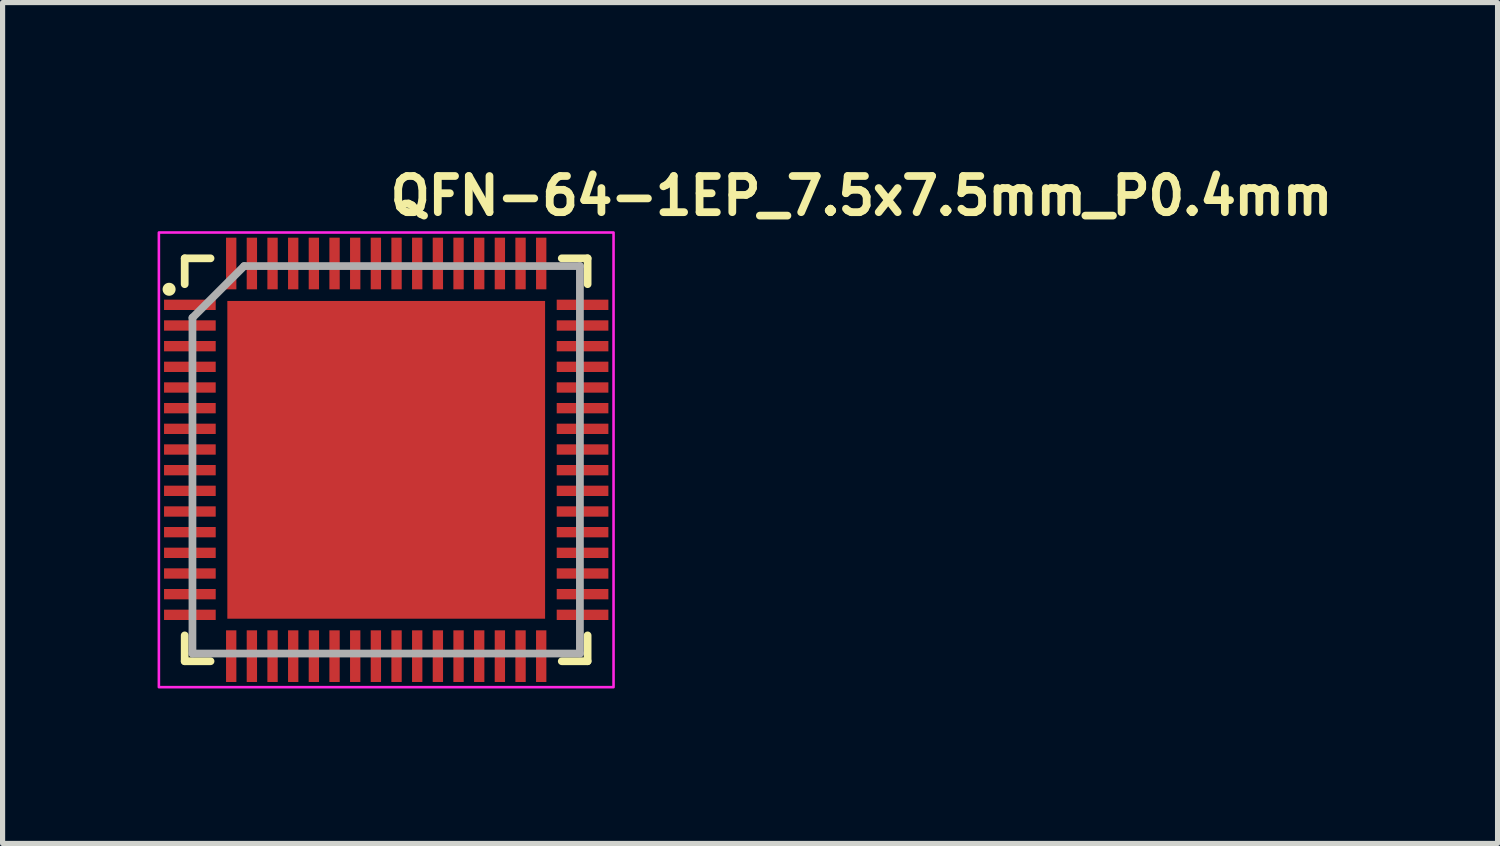
<source format=kicad_pcb>
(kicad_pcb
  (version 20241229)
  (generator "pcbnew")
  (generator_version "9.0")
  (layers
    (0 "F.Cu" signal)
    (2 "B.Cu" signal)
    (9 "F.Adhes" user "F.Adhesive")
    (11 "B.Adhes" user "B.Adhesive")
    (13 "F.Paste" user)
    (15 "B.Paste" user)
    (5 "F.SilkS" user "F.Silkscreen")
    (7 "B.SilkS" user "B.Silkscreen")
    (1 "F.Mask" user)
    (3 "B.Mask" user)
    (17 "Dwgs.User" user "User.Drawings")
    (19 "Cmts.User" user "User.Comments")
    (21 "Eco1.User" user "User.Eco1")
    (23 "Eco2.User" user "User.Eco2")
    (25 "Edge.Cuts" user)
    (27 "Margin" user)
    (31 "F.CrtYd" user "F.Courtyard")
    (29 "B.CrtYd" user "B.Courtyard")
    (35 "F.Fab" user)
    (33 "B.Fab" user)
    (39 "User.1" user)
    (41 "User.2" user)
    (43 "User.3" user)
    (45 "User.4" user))
  (footprint "QFN-64-1EP_7.5x7.5mm_P0.4mm"
    (layer "F.Cu")
    (at 4.425 5.85)
    (property "Reference" "QFN-64-1EP_7.5x7.5mm_P0.4mm" (at 0 -4.7 0) (layer "F.SilkS") (effects (font (size 0.7 0.7) (thickness 0.15)) (justify left bottom)))
    (attr smd)
    (fp_line (start -3.9 -3.9) (end -3.4 -3.9) (stroke (width 0.15) (type solid)) (layer "F.SilkS"))
    (fp_line (start -3.9 -3.4) (end -3.9 -3.9) (stroke (width 0.15) (type solid)) (layer "F.SilkS"))
    (fp_line (start -3.9 3.898) (end -3.9 3.398) (stroke (width 0.15) (type solid)) (layer "F.SilkS"))
    (fp_line (start -3.4 3.898) (end -3.9 3.898) (stroke (width 0.15) (type solid)) (layer "F.SilkS"))
    (fp_line (start 3.398 -3.9) (end 3.898 -3.9) (stroke (width 0.15) (type solid)) (layer "F.SilkS"))
    (fp_line (start 3.398 3.898) (end 3.898 3.898) (stroke (width 0.15) (type solid)) (layer "F.SilkS"))
    (fp_line (start 3.898 -3.9) (end 3.898 -3.4) (stroke (width 0.15) (type solid)) (layer "F.SilkS"))
    (fp_line (start 3.898 3.898) (end 3.898 3.398) (stroke (width 0.15) (type solid)) (layer "F.SilkS"))
    (fp_circle (center -4.202 -3.301) (end -4.151 -3.301) (stroke (width 0.15) (type solid)) (fill yes) (layer "F.SilkS"))
    (fp_poly (pts (xy -2.681 1.126) (xy -1.18 1.126) (xy -1.18 2.68) (xy -2.681 2.68)) (stroke (width 0.01) (type solid)) (fill yes) (layer "F.Paste"))
    (fp_poly (pts (xy -1.17 -1.131) (xy -2.67 -1.131) (xy -2.67 -2.681) (xy -1.17 -2.681)) (stroke (width 0.01) (type solid)) (fill yes) (layer "F.Paste"))
    (fp_poly (pts (xy -1.17 0.77) (xy -2.67 0.77) (xy -2.67 -0.784) (xy -1.17 -0.784)) (stroke (width 0.01) (type solid)) (fill yes) (layer "F.Paste"))
    (fp_poly (pts (xy -0.73 1.126) (xy 0.77 1.126) (xy 0.77 2.68) (xy -0.73 2.68)) (stroke (width 0.01) (type solid)) (fill yes) (layer "F.Paste"))
    (fp_poly (pts (xy 0.726 -1.131) (xy -0.774 -1.131) (xy -0.774 -2.681) (xy 0.726 -2.681)) (stroke (width 0.01) (type solid)) (fill yes) (layer "F.Paste"))
    (fp_poly (pts (xy 0.726 0.77) (xy -0.774 0.77) (xy -0.774 -0.784) (xy 0.726 -0.784)) (stroke (width 0.01) (type solid)) (fill yes) (layer "F.Paste"))
    (fp_poly (pts (xy 1.169 1.126) (xy 2.668 1.126) (xy 2.668 2.68) (xy 1.169 2.68)) (stroke (width 0.01) (type solid)) (fill yes) (layer "F.Paste"))
    (fp_poly (pts (xy 2.68 -1.131) (xy 1.179 -1.131) (xy 1.179 -2.681) (xy 2.68 -2.681)) (stroke (width 0.01) (type solid)) (fill yes) (layer "F.Paste"))
    (fp_poly (pts (xy 2.68 0.77) (xy 1.179 0.77) (xy 1.179 -0.784) (xy 2.68 -0.784)) (stroke (width 0.01) (type solid)) (fill yes) (layer "F.Paste"))
    (fp_rect (start -4.4 -4.4) (end 4.4 4.4) (stroke (width 0.05) (type solid)) (fill no) (layer "F.CrtYd"))
    (fp_line (start -3.75 -2.75) (end -3.75 3.749) (stroke (width 0.15) (type solid)) (layer "F.Fab"))
    (fp_line (start -3.75 3.749) (end 3.749 3.749) (stroke (width 0.15) (type solid)) (layer "F.Fab"))
    (fp_line (start -2.75 -3.75) (end -3.75 -2.75) (stroke (width 0.15) (type solid)) (layer "F.Fab"))
    (fp_line (start 3.749 -3.75) (end -2.75 -3.75) (stroke (width 0.15) (type solid)) (layer "F.Fab"))
    (fp_line (start 3.749 3.749) (end 3.749 -3.75) (stroke (width 0.15) (type solid)) (layer "F.Fab"))
    (fp_rect (start -4 -4) (end 3.999 3.999) (stroke (width 0.1) (type solid)) (fill no) (layer "User.5"))
    (fp_line (start -4 -4) (end -4 3.999) (stroke (width 0.02) (type solid)) (layer "User.9"))
    (fp_line (start -4 3.999) (end 3.999 3.999) (stroke (width 0.02) (type solid)) (layer "User.9"))
    (fp_line (start -3.758 -3.456) (end -3.758 -3.456) (stroke (width 0.02) (type solid)) (layer "User.9"))
    (fp_line (start -3.758 -3.456) (end -3.758 -3.456) (stroke (width 0.02) (type solid)) (layer "User.9"))
    (fp_line (start -3.758 -3.456) (end -3.757 -3.442) (stroke (width 0.02) (type solid)) (layer "User.9"))
    (fp_line (start -3.758 -3.456) (end -3.757 -3.442) (stroke (width 0.02) (type solid)) (layer "User.9"))
    (fp_line (start -3.757 -3.471) (end -3.758 -3.456) (stroke (width 0.02) (type solid)) (layer "User.9"))
    (fp_line (start -3.757 -3.471) (end -3.758 -3.456) (stroke (width 0.02) (type solid)) (layer "User.9"))
    (fp_line (start -3.757 -3.442) (end -3.755 -3.427) (stroke (width 0.02) (type solid)) (layer "User.9"))
    (fp_line (start -3.757 -3.442) (end -3.755 -3.427) (stroke (width 0.02) (type solid)) (layer "User.9"))
    (fp_line (start -3.755 -3.484) (end -3.757 -3.471) (stroke (width 0.02) (type solid)) (layer "User.9"))
    (fp_line (start -3.755 -3.484) (end -3.757 -3.471) (stroke (width 0.02) (type solid)) (layer "User.9"))
    (fp_line (start -3.755 -3.427) (end -3.754 -3.414) (stroke (width 0.02) (type solid)) (layer "User.9"))
    (fp_line (start -3.755 -3.427) (end -3.754 -3.414) (stroke (width 0.02) (type solid)) (layer "User.9"))
    (fp_line (start -3.754 -3.499) (end -3.755 -3.484) (stroke (width 0.02) (type solid)) (layer "User.9"))
    (fp_line (start -3.754 -3.499) (end -3.755 -3.484) (stroke (width 0.02) (type solid)) (layer "User.9"))
    (fp_line (start -3.754 -3.414) (end -3.751 -3.399) (stroke (width 0.02) (type solid)) (layer "User.9"))
    (fp_line (start -3.754 -3.414) (end -3.751 -3.399) (stroke (width 0.02) (type solid)) (layer "User.9"))
    (fp_line (start -3.751 -3.512) (end -3.754 -3.499) (stroke (width 0.02) (type solid)) (layer "User.9"))
    (fp_line (start -3.751 -3.512) (end -3.754 -3.499) (stroke (width 0.02) (type solid)) (layer "User.9"))
    (fp_line (start -3.751 -3.399) (end -3.749 -3.387) (stroke (width 0.02) (type solid)) (layer "User.9"))
    (fp_line (start -3.751 -3.399) (end -3.749 -3.387) (stroke (width 0.02) (type solid)) (layer "User.9"))
    (fp_line (start -3.749 -3.527) (end -3.751 -3.512) (stroke (width 0.02) (type solid)) (layer "User.9"))
    (fp_line (start -3.749 -3.527) (end -3.751 -3.512) (stroke (width 0.02) (type solid)) (layer "User.9"))
    (fp_line (start -3.749 -3.387) (end -3.745 -3.374) (stroke (width 0.02) (type solid)) (layer "User.9"))
    (fp_line (start -3.749 -3.387) (end -3.745 -3.374) (stroke (width 0.02) (type solid)) (layer "User.9"))
    (fp_line (start -3.745 -3.54) (end -3.749 -3.527) (stroke (width 0.02) (type solid)) (layer "User.9"))
    (fp_line (start -3.745 -3.54) (end -3.749 -3.527) (stroke (width 0.02) (type solid)) (layer "User.9"))
    (fp_line (start -3.745 -3.374) (end -3.741 -3.36) (stroke (width 0.02) (type solid)) (layer "User.9"))
    (fp_line (start -3.745 -3.374) (end -3.741 -3.36) (stroke (width 0.02) (type solid)) (layer "User.9"))
    (fp_line (start -3.741 -3.552) (end -3.745 -3.54) (stroke (width 0.02) (type solid)) (layer "User.9"))
    (fp_line (start -3.741 -3.552) (end -3.745 -3.54) (stroke (width 0.02) (type solid)) (layer "User.9"))
    (fp_line (start -3.741 -3.36) (end -3.735 -3.347) (stroke (width 0.02) (type solid)) (layer "User.9"))
    (fp_line (start -3.741 -3.36) (end -3.735 -3.347) (stroke (width 0.02) (type solid)) (layer "User.9"))
    (fp_line (start -3.735 -3.565) (end -3.741 -3.552) (stroke (width 0.02) (type solid)) (layer "User.9"))
    (fp_line (start -3.735 -3.565) (end -3.741 -3.552) (stroke (width 0.02) (type solid)) (layer "User.9"))
    (fp_line (start -3.735 -3.347) (end -3.73 -3.335) (stroke (width 0.02) (type solid)) (layer "User.9"))
    (fp_line (start -3.735 -3.347) (end -3.73 -3.335) (stroke (width 0.02) (type solid)) (layer "User.9"))
    (fp_line (start -3.73 -3.577) (end -3.735 -3.565) (stroke (width 0.02) (type solid)) (layer "User.9"))
    (fp_line (start -3.73 -3.577) (end -3.735 -3.565) (stroke (width 0.02) (type solid)) (layer "User.9"))
    (fp_line (start -3.73 -3.335) (end -3.723 -3.322) (stroke (width 0.02) (type solid)) (layer "User.9"))
    (fp_line (start -3.73 -3.335) (end -3.723 -3.322) (stroke (width 0.02) (type solid)) (layer "User.9"))
    (fp_line (start -3.723 -3.589) (end -3.73 -3.577) (stroke (width 0.02) (type solid)) (layer "User.9"))
    (fp_line (start -3.723 -3.589) (end -3.73 -3.577) (stroke (width 0.02) (type solid)) (layer "User.9"))
    (fp_line (start -3.723 -3.322) (end -3.717 -3.311) (stroke (width 0.02) (type solid)) (layer "User.9"))
    (fp_line (start -3.723 -3.322) (end -3.717 -3.311) (stroke (width 0.02) (type solid)) (layer "User.9"))
    (fp_line (start -3.717 -3.601) (end -3.723 -3.589) (stroke (width 0.02) (type solid)) (layer "User.9"))
    (fp_line (start -3.717 -3.601) (end -3.723 -3.589) (stroke (width 0.02) (type solid)) (layer "User.9"))
    (fp_line (start -3.717 -3.311) (end -3.709 -3.299) (stroke (width 0.02) (type solid)) (layer "User.9"))
    (fp_line (start -3.717 -3.311) (end -3.709 -3.299) (stroke (width 0.02) (type solid)) (layer "User.9"))
    (fp_line (start -3.709 -3.613) (end -3.717 -3.601) (stroke (width 0.02) (type solid)) (layer "User.9"))
    (fp_line (start -3.709 -3.613) (end -3.717 -3.601) (stroke (width 0.02) (type solid)) (layer "User.9"))
    (fp_line (start -3.709 -3.299) (end -3.701 -3.289) (stroke (width 0.02) (type solid)) (layer "User.9"))
    (fp_line (start -3.709 -3.299) (end -3.701 -3.289) (stroke (width 0.02) (type solid)) (layer "User.9"))
    (fp_line (start -3.701 -3.624) (end -3.709 -3.613) (stroke (width 0.02) (type solid)) (layer "User.9"))
    (fp_line (start -3.701 -3.624) (end -3.709 -3.613) (stroke (width 0.02) (type solid)) (layer "User.9"))
    (fp_line (start -3.701 -3.289) (end -3.693 -3.278) (stroke (width 0.02) (type solid)) (layer "User.9"))
    (fp_line (start -3.701 -3.289) (end -3.693 -3.278) (stroke (width 0.02) (type solid)) (layer "User.9"))
    (fp_line (start -3.693 -3.634) (end -3.701 -3.624) (stroke (width 0.02) (type solid)) (layer "User.9"))
    (fp_line (start -3.693 -3.634) (end -3.701 -3.624) (stroke (width 0.02) (type solid)) (layer "User.9"))
    (fp_line (start -3.693 -3.278) (end -3.685 -3.269) (stroke (width 0.02) (type solid)) (layer "User.9"))
    (fp_line (start -3.693 -3.278) (end -3.685 -3.269) (stroke (width 0.02) (type solid)) (layer "User.9"))
    (fp_line (start -3.685 -3.645) (end -3.693 -3.634) (stroke (width 0.02) (type solid)) (layer "User.9"))
    (fp_line (start -3.685 -3.645) (end -3.693 -3.634) (stroke (width 0.02) (type solid)) (layer "User.9"))
    (fp_line (start -3.685 -3.269) (end -3.676 -3.258) (stroke (width 0.02) (type solid)) (layer "User.9"))
    (fp_line (start -3.685 -3.269) (end -3.676 -3.258) (stroke (width 0.02) (type solid)) (layer "User.9"))
    (fp_line (start -3.676 -3.654) (end -3.685 -3.645) (stroke (width 0.02) (type solid)) (layer "User.9"))
    (fp_line (start -3.676 -3.654) (end -3.685 -3.645) (stroke (width 0.02) (type solid)) (layer "User.9"))
    (fp_line (start -3.676 -3.258) (end -3.665 -3.25) (stroke (width 0.02) (type solid)) (layer "User.9"))
    (fp_line (start -3.676 -3.258) (end -3.665 -3.25) (stroke (width 0.02) (type solid)) (layer "User.9"))
    (fp_line (start -3.665 -3.664) (end -3.676 -3.654) (stroke (width 0.02) (type solid)) (layer "User.9"))
    (fp_line (start -3.665 -3.664) (end -3.676 -3.654) (stroke (width 0.02) (type solid)) (layer "User.9"))
    (fp_line (start -3.665 -3.25) (end -3.656 -3.241) (stroke (width 0.02) (type solid)) (layer "User.9"))
    (fp_line (start -3.665 -3.25) (end -3.656 -3.241) (stroke (width 0.02) (type solid)) (layer "User.9"))
    (fp_line (start -3.656 -3.673) (end -3.665 -3.664) (stroke (width 0.02) (type solid)) (layer "User.9"))
    (fp_line (start -3.656 -3.673) (end -3.665 -3.664) (stroke (width 0.02) (type solid)) (layer "User.9"))
    (fp_line (start -3.656 -3.241) (end -3.645 -3.231) (stroke (width 0.02) (type solid)) (layer "User.9"))
    (fp_line (start -3.656 -3.241) (end -3.645 -3.231) (stroke (width 0.02) (type solid)) (layer "User.9"))
    (fp_line (start -3.645 -3.681) (end -3.656 -3.673) (stroke (width 0.02) (type solid)) (layer "User.9"))
    (fp_line (start -3.645 -3.681) (end -3.656 -3.673) (stroke (width 0.02) (type solid)) (layer "User.9"))
    (fp_line (start -3.645 -3.231) (end -3.634 -3.225) (stroke (width 0.02) (type solid)) (layer "User.9"))
    (fp_line (start -3.645 -3.231) (end -3.634 -3.225) (stroke (width 0.02) (type solid)) (layer "User.9"))
    (fp_line (start -3.634 -3.689) (end -3.645 -3.681) (stroke (width 0.02) (type solid)) (layer "User.9"))
    (fp_line (start -3.634 -3.689) (end -3.645 -3.681) (stroke (width 0.02) (type solid)) (layer "User.9"))
    (fp_line (start -3.634 -3.225) (end -3.622 -3.217) (stroke (width 0.02) (type solid)) (layer "User.9"))
    (fp_line (start -3.634 -3.225) (end -3.622 -3.217) (stroke (width 0.02) (type solid)) (layer "User.9"))
    (fp_line (start -3.622 -3.696) (end -3.634 -3.689) (stroke (width 0.02) (type solid)) (layer "User.9"))
    (fp_line (start -3.622 -3.696) (end -3.634 -3.689) (stroke (width 0.02) (type solid)) (layer "User.9"))
    (fp_line (start -3.622 -3.217) (end -3.612 -3.21) (stroke (width 0.02) (type solid)) (layer "User.9"))
    (fp_line (start -3.622 -3.217) (end -3.612 -3.21) (stroke (width 0.02) (type solid)) (layer "User.9"))
    (fp_line (start -3.612 -3.702) (end -3.622 -3.696) (stroke (width 0.02) (type solid)) (layer "User.9"))
    (fp_line (start -3.612 -3.702) (end -3.622 -3.696) (stroke (width 0.02) (type solid)) (layer "User.9"))
    (fp_line (start -3.612 -3.21) (end -3.598 -3.203) (stroke (width 0.02) (type solid)) (layer "User.9"))
    (fp_line (start -3.612 -3.21) (end -3.598 -3.203) (stroke (width 0.02) (type solid)) (layer "User.9"))
    (fp_line (start -3.598 -3.709) (end -3.612 -3.702) (stroke (width 0.02) (type solid)) (layer "User.9"))
    (fp_line (start -3.598 -3.709) (end -3.612 -3.702) (stroke (width 0.02) (type solid)) (layer "User.9"))
    (fp_line (start -3.598 -3.203) (end -3.586 -3.198) (stroke (width 0.02) (type solid)) (layer "User.9"))
    (fp_line (start -3.598 -3.203) (end -3.586 -3.198) (stroke (width 0.02) (type solid)) (layer "User.9"))
    (fp_line (start -3.586 -3.714) (end -3.598 -3.709) (stroke (width 0.02) (type solid)) (layer "User.9"))
    (fp_line (start -3.586 -3.714) (end -3.598 -3.709) (stroke (width 0.02) (type solid)) (layer "User.9"))
    (fp_line (start -3.586 -3.198) (end -3.573 -3.193) (stroke (width 0.02) (type solid)) (layer "User.9"))
    (fp_line (start -3.586 -3.198) (end -3.573 -3.193) (stroke (width 0.02) (type solid)) (layer "User.9"))
    (fp_line (start -3.573 -3.719) (end -3.586 -3.714) (stroke (width 0.02) (type solid)) (layer "User.9"))
    (fp_line (start -3.573 -3.719) (end -3.586 -3.714) (stroke (width 0.02) (type solid)) (layer "User.9"))
    (fp_line (start -3.573 -3.193) (end -3.56 -3.189) (stroke (width 0.02) (type solid)) (layer "User.9"))
    (fp_line (start -3.573 -3.193) (end -3.56 -3.189) (stroke (width 0.02) (type solid)) (layer "User.9"))
    (fp_line (start -3.56 -3.723) (end -3.573 -3.719) (stroke (width 0.02) (type solid)) (layer "User.9"))
    (fp_line (start -3.56 -3.723) (end -3.573 -3.719) (stroke (width 0.02) (type solid)) (layer "User.9"))
    (fp_line (start -3.56 -3.189) (end -3.548 -3.185) (stroke (width 0.02) (type solid)) (layer "User.9"))
    (fp_line (start -3.56 -3.189) (end -3.548 -3.185) (stroke (width 0.02) (type solid)) (layer "User.9"))
    (fp_line (start -3.548 -3.727) (end -3.56 -3.723) (stroke (width 0.02) (type solid)) (layer "User.9"))
    (fp_line (start -3.548 -3.727) (end -3.56 -3.723) (stroke (width 0.02) (type solid)) (layer "User.9"))
    (fp_line (start -3.548 -3.185) (end -3.535 -3.181) (stroke (width 0.02) (type solid)) (layer "User.9"))
    (fp_line (start -3.548 -3.185) (end -3.535 -3.181) (stroke (width 0.02) (type solid)) (layer "User.9"))
    (fp_line (start -3.535 -3.73) (end -3.548 -3.727) (stroke (width 0.02) (type solid)) (layer "User.9"))
    (fp_line (start -3.535 -3.73) (end -3.548 -3.727) (stroke (width 0.02) (type solid)) (layer "User.9"))
    (fp_line (start -3.535 -3.181) (end -3.52 -3.18) (stroke (width 0.02) (type solid)) (layer "User.9"))
    (fp_line (start -3.535 -3.181) (end -3.52 -3.18) (stroke (width 0.02) (type solid)) (layer "User.9"))
    (fp_line (start -3.52 -3.734) (end -3.535 -3.73) (stroke (width 0.02) (type solid)) (layer "User.9"))
    (fp_line (start -3.52 -3.734) (end -3.535 -3.73) (stroke (width 0.02) (type solid)) (layer "User.9"))
    (fp_line (start -3.52 -3.18) (end -3.507 -3.177) (stroke (width 0.02) (type solid)) (layer "User.9"))
    (fp_line (start -3.52 -3.18) (end -3.507 -3.177) (stroke (width 0.02) (type solid)) (layer "User.9"))
    (fp_line (start -3.507 -3.735) (end -3.52 -3.734) (stroke (width 0.02) (type solid)) (layer "User.9"))
    (fp_line (start -3.507 -3.735) (end -3.52 -3.734) (stroke (width 0.02) (type solid)) (layer "User.9"))
    (fp_line (start -3.507 -3.177) (end -3.492 -3.177) (stroke (width 0.02) (type solid)) (layer "User.9"))
    (fp_line (start -3.507 -3.177) (end -3.492 -3.177) (stroke (width 0.02) (type solid)) (layer "User.9"))
    (fp_line (start -3.492 -3.737) (end -3.507 -3.735) (stroke (width 0.02) (type solid)) (layer "User.9"))
    (fp_line (start -3.492 -3.737) (end -3.507 -3.735) (stroke (width 0.02) (type solid)) (layer "User.9"))
    (fp_line (start -3.492 -3.177) (end -3.477 -3.176) (stroke (width 0.02) (type solid)) (layer "User.9"))
    (fp_line (start -3.492 -3.177) (end -3.477 -3.176) (stroke (width 0.02) (type solid)) (layer "User.9"))
    (fp_line (start -3.477 -3.737) (end -3.492 -3.737) (stroke (width 0.02) (type solid)) (layer "User.9"))
    (fp_line (start -3.477 -3.737) (end -3.492 -3.737) (stroke (width 0.02) (type solid)) (layer "User.9"))
    (fp_line (start -3.477 -3.176) (end -3.464 -3.177) (stroke (width 0.02) (type solid)) (layer "User.9"))
    (fp_line (start -3.477 -3.176) (end -3.464 -3.177) (stroke (width 0.02) (type solid)) (layer "User.9"))
    (fp_line (start -3.464 -3.737) (end -3.477 -3.737) (stroke (width 0.02) (type solid)) (layer "User.9"))
    (fp_line (start -3.464 -3.737) (end -3.477 -3.737) (stroke (width 0.02) (type solid)) (layer "User.9"))
    (fp_line (start -3.464 -3.177) (end -3.45 -3.177) (stroke (width 0.02) (type solid)) (layer "User.9"))
    (fp_line (start -3.464 -3.177) (end -3.45 -3.177) (stroke (width 0.02) (type solid)) (layer "User.9"))
    (fp_line (start -3.45 -3.735) (end -3.464 -3.737) (stroke (width 0.02) (type solid)) (layer "User.9"))
    (fp_line (start -3.45 -3.735) (end -3.464 -3.737) (stroke (width 0.02) (type solid)) (layer "User.9"))
    (fp_line (start -3.45 -3.177) (end -3.435 -3.18) (stroke (width 0.02) (type solid)) (layer "User.9"))
    (fp_line (start -3.45 -3.177) (end -3.435 -3.18) (stroke (width 0.02) (type solid)) (layer "User.9"))
    (fp_line (start -3.435 -3.734) (end -3.45 -3.735) (stroke (width 0.02) (type solid)) (layer "User.9"))
    (fp_line (start -3.435 -3.734) (end -3.45 -3.735) (stroke (width 0.02) (type solid)) (layer "User.9"))
    (fp_line (start -3.435 -3.18) (end -3.422 -3.181) (stroke (width 0.02) (type solid)) (layer "User.9"))
    (fp_line (start -3.435 -3.18) (end -3.422 -3.181) (stroke (width 0.02) (type solid)) (layer "User.9"))
    (fp_line (start -3.422 -3.73) (end -3.435 -3.734) (stroke (width 0.02) (type solid)) (layer "User.9"))
    (fp_line (start -3.422 -3.73) (end -3.435 -3.734) (stroke (width 0.02) (type solid)) (layer "User.9"))
    (fp_line (start -3.422 -3.181) (end -3.407 -3.185) (stroke (width 0.02) (type solid)) (layer "User.9"))
    (fp_line (start -3.422 -3.181) (end -3.407 -3.185) (stroke (width 0.02) (type solid)) (layer "User.9"))
    (fp_line (start -3.407 -3.727) (end -3.422 -3.73) (stroke (width 0.02) (type solid)) (layer "User.9"))
    (fp_line (start -3.407 -3.727) (end -3.422 -3.73) (stroke (width 0.02) (type solid)) (layer "User.9"))
    (fp_line (start -3.407 -3.185) (end -3.395 -3.189) (stroke (width 0.02) (type solid)) (layer "User.9"))
    (fp_line (start -3.407 -3.185) (end -3.395 -3.189) (stroke (width 0.02) (type solid)) (layer "User.9"))
    (fp_line (start -3.395 -3.723) (end -3.407 -3.727) (stroke (width 0.02) (type solid)) (layer "User.9"))
    (fp_line (start -3.395 -3.723) (end -3.407 -3.727) (stroke (width 0.02) (type solid)) (layer "User.9"))
    (fp_line (start -3.395 -3.189) (end -3.382 -3.193) (stroke (width 0.02) (type solid)) (layer "User.9"))
    (fp_line (start -3.395 -3.189) (end -3.382 -3.193) (stroke (width 0.02) (type solid)) (layer "User.9"))
    (fp_line (start -3.382 -3.719) (end -3.395 -3.723) (stroke (width 0.02) (type solid)) (layer "User.9"))
    (fp_line (start -3.382 -3.719) (end -3.395 -3.723) (stroke (width 0.02) (type solid)) (layer "User.9"))
    (fp_line (start -3.382 -3.193) (end -3.368 -3.198) (stroke (width 0.02) (type solid)) (layer "User.9"))
    (fp_line (start -3.382 -3.193) (end -3.368 -3.198) (stroke (width 0.02) (type solid)) (layer "User.9"))
    (fp_line (start -3.368 -3.714) (end -3.382 -3.719) (stroke (width 0.02) (type solid)) (layer "User.9"))
    (fp_line (start -3.368 -3.714) (end -3.382 -3.719) (stroke (width 0.02) (type solid)) (layer "User.9"))
    (fp_line (start -3.368 -3.198) (end -3.356 -3.203) (stroke (width 0.02) (type solid)) (layer "User.9"))
    (fp_line (start -3.368 -3.198) (end -3.356 -3.203) (stroke (width 0.02) (type solid)) (layer "User.9"))
    (fp_line (start -3.356 -3.709) (end -3.368 -3.714) (stroke (width 0.02) (type solid)) (layer "User.9"))
    (fp_line (start -3.356 -3.709) (end -3.368 -3.714) (stroke (width 0.02) (type solid)) (layer "User.9"))
    (fp_line (start -3.356 -3.203) (end -3.344 -3.21) (stroke (width 0.02) (type solid)) (layer "User.9"))
    (fp_line (start -3.356 -3.203) (end -3.344 -3.21) (stroke (width 0.02) (type solid)) (layer "User.9"))
    (fp_line (start -3.344 -3.702) (end -3.356 -3.709) (stroke (width 0.02) (type solid)) (layer "User.9"))
    (fp_line (start -3.344 -3.702) (end -3.356 -3.709) (stroke (width 0.02) (type solid)) (layer "User.9"))
    (fp_line (start -3.344 -3.21) (end -3.332 -3.217) (stroke (width 0.02) (type solid)) (layer "User.9"))
    (fp_line (start -3.344 -3.21) (end -3.332 -3.217) (stroke (width 0.02) (type solid)) (layer "User.9"))
    (fp_line (start -3.332 -3.696) (end -3.344 -3.702) (stroke (width 0.02) (type solid)) (layer "User.9"))
    (fp_line (start -3.332 -3.696) (end -3.344 -3.702) (stroke (width 0.02) (type solid)) (layer "User.9"))
    (fp_line (start -3.332 -3.217) (end -3.322 -3.225) (stroke (width 0.02) (type solid)) (layer "User.9"))
    (fp_line (start -3.332 -3.217) (end -3.322 -3.225) (stroke (width 0.02) (type solid)) (layer "User.9"))
    (fp_line (start -3.322 -3.689) (end -3.332 -3.696) (stroke (width 0.02) (type solid)) (layer "User.9"))
    (fp_line (start -3.322 -3.689) (end -3.332 -3.696) (stroke (width 0.02) (type solid)) (layer "User.9"))
    (fp_line (start -3.322 -3.225) (end -3.31 -3.231) (stroke (width 0.02) (type solid)) (layer "User.9"))
    (fp_line (start -3.322 -3.225) (end -3.31 -3.231) (stroke (width 0.02) (type solid)) (layer "User.9"))
    (fp_line (start -3.31 -3.681) (end -3.322 -3.689) (stroke (width 0.02) (type solid)) (layer "User.9"))
    (fp_line (start -3.31 -3.681) (end -3.322 -3.689) (stroke (width 0.02) (type solid)) (layer "User.9"))
    (fp_line (start -3.31 -3.231) (end -3.299 -3.241) (stroke (width 0.02) (type solid)) (layer "User.9"))
    (fp_line (start -3.31 -3.231) (end -3.299 -3.241) (stroke (width 0.02) (type solid)) (layer "User.9"))
    (fp_line (start -3.299 -3.673) (end -3.31 -3.681) (stroke (width 0.02) (type solid)) (layer "User.9"))
    (fp_line (start -3.299 -3.673) (end -3.31 -3.681) (stroke (width 0.02) (type solid)) (layer "User.9"))
    (fp_line (start -3.299 -3.241) (end -3.29 -3.25) (stroke (width 0.02) (type solid)) (layer "User.9"))
    (fp_line (start -3.299 -3.241) (end -3.29 -3.25) (stroke (width 0.02) (type solid)) (layer "User.9"))
    (fp_line (start -3.29 -3.664) (end -3.299 -3.673) (stroke (width 0.02) (type solid)) (layer "User.9"))
    (fp_line (start -3.29 -3.664) (end -3.299 -3.673) (stroke (width 0.02) (type solid)) (layer "User.9"))
    (fp_line (start -3.29 -3.25) (end -3.279 -3.258) (stroke (width 0.02) (type solid)) (layer "User.9"))
    (fp_line (start -3.29 -3.25) (end -3.279 -3.258) (stroke (width 0.02) (type solid)) (layer "User.9"))
    (fp_line (start -3.279 -3.654) (end -3.29 -3.664) (stroke (width 0.02) (type solid)) (layer "User.9"))
    (fp_line (start -3.279 -3.654) (end -3.29 -3.664) (stroke (width 0.02) (type solid)) (layer "User.9"))
    (fp_line (start -3.279 -3.258) (end -3.27 -3.269) (stroke (width 0.02) (type solid)) (layer "User.9"))
    (fp_line (start -3.279 -3.258) (end -3.27 -3.269) (stroke (width 0.02) (type solid)) (layer "User.9"))
    (fp_line (start -3.27 -3.645) (end -3.279 -3.654) (stroke (width 0.02) (type solid)) (layer "User.9"))
    (fp_line (start -3.27 -3.645) (end -3.279 -3.654) (stroke (width 0.02) (type solid)) (layer "User.9"))
    (fp_line (start -3.27 -3.269) (end -3.262 -3.278) (stroke (width 0.02) (type solid)) (layer "User.9"))
    (fp_line (start -3.27 -3.269) (end -3.262 -3.278) (stroke (width 0.02) (type solid)) (layer "User.9"))
    (fp_line (start -3.262 -3.634) (end -3.27 -3.645) (stroke (width 0.02) (type solid)) (layer "User.9"))
    (fp_line (start -3.262 -3.634) (end -3.27 -3.645) (stroke (width 0.02) (type solid)) (layer "User.9"))
    (fp_line (start -3.262 -3.278) (end -3.254 -3.289) (stroke (width 0.02) (type solid)) (layer "User.9"))
    (fp_line (start -3.262 -3.278) (end -3.254 -3.289) (stroke (width 0.02) (type solid)) (layer "User.9"))
    (fp_line (start -3.254 -3.624) (end -3.262 -3.634) (stroke (width 0.02) (type solid)) (layer "User.9"))
    (fp_line (start -3.254 -3.624) (end -3.262 -3.634) (stroke (width 0.02) (type solid)) (layer "User.9"))
    (fp_line (start -3.254 -3.289) (end -3.246 -3.299) (stroke (width 0.02) (type solid)) (layer "User.9"))
    (fp_line (start -3.254 -3.289) (end -3.246 -3.299) (stroke (width 0.02) (type solid)) (layer "User.9"))
    (fp_line (start -3.246 -3.613) (end -3.254 -3.624) (stroke (width 0.02) (type solid)) (layer "User.9"))
    (fp_line (start -3.246 -3.613) (end -3.254 -3.624) (stroke (width 0.02) (type solid)) (layer "User.9"))
    (fp_line (start -3.246 -3.299) (end -3.238 -3.311) (stroke (width 0.02) (type solid)) (layer "User.9"))
    (fp_line (start -3.246 -3.299) (end -3.238 -3.311) (stroke (width 0.02) (type solid)) (layer "User.9"))
    (fp_line (start -3.238 -3.601) (end -3.246 -3.613) (stroke (width 0.02) (type solid)) (layer "User.9"))
    (fp_line (start -3.238 -3.601) (end -3.246 -3.613) (stroke (width 0.02) (type solid)) (layer "User.9"))
    (fp_line (start -3.238 -3.311) (end -3.231 -3.322) (stroke (width 0.02) (type solid)) (layer "User.9"))
    (fp_line (start -3.238 -3.311) (end -3.231 -3.322) (stroke (width 0.02) (type solid)) (layer "User.9"))
    (fp_line (start -3.231 -3.589) (end -3.238 -3.601) (stroke (width 0.02) (type solid)) (layer "User.9"))
    (fp_line (start -3.231 -3.589) (end -3.238 -3.601) (stroke (width 0.02) (type solid)) (layer "User.9"))
    (fp_line (start -3.231 -3.322) (end -3.226 -3.335) (stroke (width 0.02) (type solid)) (layer "User.9"))
    (fp_line (start -3.231 -3.322) (end -3.226 -3.335) (stroke (width 0.02) (type solid)) (layer "User.9"))
    (fp_line (start -3.226 -3.577) (end -3.231 -3.589) (stroke (width 0.02) (type solid)) (layer "User.9"))
    (fp_line (start -3.226 -3.577) (end -3.231 -3.589) (stroke (width 0.02) (type solid)) (layer "User.9"))
    (fp_line (start -3.226 -3.335) (end -3.221 -3.347) (stroke (width 0.02) (type solid)) (layer "User.9"))
    (fp_line (start -3.226 -3.335) (end -3.221 -3.347) (stroke (width 0.02) (type solid)) (layer "User.9"))
    (fp_line (start -3.221 -3.565) (end -3.226 -3.577) (stroke (width 0.02) (type solid)) (layer "User.9"))
    (fp_line (start -3.221 -3.565) (end -3.226 -3.577) (stroke (width 0.02) (type solid)) (layer "User.9"))
    (fp_line (start -3.221 -3.347) (end -3.215 -3.36) (stroke (width 0.02) (type solid)) (layer "User.9"))
    (fp_line (start -3.221 -3.347) (end -3.215 -3.36) (stroke (width 0.02) (type solid)) (layer "User.9"))
    (fp_line (start -3.215 -3.552) (end -3.221 -3.565) (stroke (width 0.02) (type solid)) (layer "User.9"))
    (fp_line (start -3.215 -3.552) (end -3.221 -3.565) (stroke (width 0.02) (type solid)) (layer "User.9"))
    (fp_line (start -3.215 -3.36) (end -3.21 -3.374) (stroke (width 0.02) (type solid)) (layer "User.9"))
    (fp_line (start -3.215 -3.36) (end -3.21 -3.374) (stroke (width 0.02) (type solid)) (layer "User.9"))
    (fp_line (start -3.21 -3.54) (end -3.215 -3.552) (stroke (width 0.02) (type solid)) (layer "User.9"))
    (fp_line (start -3.21 -3.54) (end -3.215 -3.552) (stroke (width 0.02) (type solid)) (layer "User.9"))
    (fp_line (start -3.21 -3.374) (end -3.206 -3.387) (stroke (width 0.02) (type solid)) (layer "User.9"))
    (fp_line (start -3.21 -3.374) (end -3.206 -3.387) (stroke (width 0.02) (type solid)) (layer "User.9"))
    (fp_line (start -3.206 -3.527) (end -3.21 -3.54) (stroke (width 0.02) (type solid)) (layer "User.9"))
    (fp_line (start -3.206 -3.527) (end -3.21 -3.54) (stroke (width 0.02) (type solid)) (layer "User.9"))
    (fp_line (start -3.206 -3.387) (end -3.203 -3.399) (stroke (width 0.02) (type solid)) (layer "User.9"))
    (fp_line (start -3.206 -3.387) (end -3.203 -3.399) (stroke (width 0.02) (type solid)) (layer "User.9"))
    (fp_line (start -3.203 -3.512) (end -3.206 -3.527) (stroke (width 0.02) (type solid)) (layer "User.9"))
    (fp_line (start -3.203 -3.512) (end -3.206 -3.527) (stroke (width 0.02) (type solid)) (layer "User.9"))
    (fp_line (start -3.203 -3.399) (end -3.202 -3.414) (stroke (width 0.02) (type solid)) (layer "User.9"))
    (fp_line (start -3.203 -3.399) (end -3.202 -3.414) (stroke (width 0.02) (type solid)) (layer "User.9"))
    (fp_line (start -3.202 -3.499) (end -3.203 -3.512) (stroke (width 0.02) (type solid)) (layer "User.9"))
    (fp_line (start -3.202 -3.499) (end -3.203 -3.512) (stroke (width 0.02) (type solid)) (layer "User.9"))
    (fp_line (start -3.202 -3.414) (end -3.2 -3.427) (stroke (width 0.02) (type solid)) (layer "User.9"))
    (fp_line (start -3.202 -3.414) (end -3.2 -3.427) (stroke (width 0.02) (type solid)) (layer "User.9"))
    (fp_line (start -3.2 -3.484) (end -3.202 -3.499) (stroke (width 0.02) (type solid)) (layer "User.9"))
    (fp_line (start -3.2 -3.484) (end -3.202 -3.499) (stroke (width 0.02) (type solid)) (layer "User.9"))
    (fp_line (start -3.2 -3.427) (end -3.198 -3.442) (stroke (width 0.02) (type solid)) (layer "User.9"))
    (fp_line (start -3.2 -3.427) (end -3.198 -3.442) (stroke (width 0.02) (type solid)) (layer "User.9"))
    (fp_line (start -3.198 -3.471) (end -3.2 -3.484) (stroke (width 0.02) (type solid)) (layer "User.9"))
    (fp_line (start -3.198 -3.471) (end -3.2 -3.484) (stroke (width 0.02) (type solid)) (layer "User.9"))
    (fp_line (start -3.198 -3.456) (end -3.198 -3.471) (stroke (width 0.02) (type solid)) (layer "User.9"))
    (fp_line (start -3.198 -3.456) (end -3.198 -3.471) (stroke (width 0.02) (type solid)) (layer "User.9"))
    (fp_line (start -3.198 -3.456) (end -3.198 -3.456) (stroke (width 0.02) (type solid)) (layer "User.9"))
    (fp_line (start -3.198 -3.456) (end -3.198 -3.456) (stroke (width 0.02) (type solid)) (layer "User.9"))
    (fp_line (start -3.198 -3.442) (end -3.198 -3.456) (stroke (width 0.02) (type solid)) (layer "User.9"))
    (fp_line (start -3.198 -3.442) (end -3.198 -3.456) (stroke (width 0.02) (type solid)) (layer "User.9"))
    (fp_line (start 3.999 -4) (end -4 -4) (stroke (width 0.02) (type solid)) (layer "User.9"))
    (fp_line (start 3.999 3.999) (end 3.999 -4) (stroke (width 0.02) (type solid)) (layer "User.9"))
    (pad "1" smd rect (at -3.8 -3 90) (size 0.2 1) (layers "F.Cu" "F.Mask" "F.Paste"))
    (pad "2" smd rect (at -3.8 -2.6 90) (size 0.2 1) (layers "F.Cu" "F.Mask" "F.Paste"))
    (pad "3" smd rect (at -3.8 -2.2 90) (size 0.2 1) (layers "F.Cu" "F.Mask" "F.Paste"))
    (pad "4" smd rect (at -3.8 -1.8 90) (size 0.2 1) (layers "F.Cu" "F.Mask" "F.Paste"))
    (pad "5" smd rect (at -3.8 -1.4 90) (size 0.2 1) (layers "F.Cu" "F.Mask" "F.Paste"))
    (pad "6" smd rect (at -3.8 -1 90) (size 0.2 1) (layers "F.Cu" "F.Mask" "F.Paste"))
    (pad "7" smd rect (at -3.8 -0.6 90) (size 0.2 1) (layers "F.Cu" "F.Mask" "F.Paste"))
    (pad "8" smd rect (at -3.8 -0.2 90) (size 0.2 1) (layers "F.Cu" "F.Mask" "F.Paste"))
    (pad "9" smd rect (at -3.8 0.2 90) (size 0.2 1) (layers "F.Cu" "F.Mask" "F.Paste"))
    (pad "10" smd rect (at -3.8 0.6 90) (size 0.2 1) (layers "F.Cu" "F.Mask" "F.Paste"))
    (pad "11" smd rect (at -3.8 1 90) (size 0.2 1) (layers "F.Cu" "F.Mask" "F.Paste"))
    (pad "12" smd rect (at -3.8 1.4 90) (size 0.2 1) (layers "F.Cu" "F.Mask" "F.Paste"))
    (pad "13" smd rect (at -3.8 1.8 90) (size 0.2 1) (layers "F.Cu" "F.Mask" "F.Paste"))
    (pad "14" smd rect (at -3.8 2.2 90) (size 0.2 1) (layers "F.Cu" "F.Mask" "F.Paste"))
    (pad "15" smd rect (at -3.8 2.6 90) (size 0.2 1) (layers "F.Cu" "F.Mask" "F.Paste"))
    (pad "16" smd rect (at -3.8 3 90) (size 0.2 1) (layers "F.Cu" "F.Mask" "F.Paste"))
    (pad "17" smd rect (at -3 3.8) (size 0.2 1) (layers "F.Cu" "F.Mask" "F.Paste"))
    (pad "18" smd rect (at -2.6 3.8) (size 0.2 1) (layers "F.Cu" "F.Mask" "F.Paste"))
    (pad "19" smd rect (at -2.2 3.8) (size 0.2 1) (layers "F.Cu" "F.Mask" "F.Paste"))
    (pad "20" smd rect (at -1.8 3.8) (size 0.2 1) (layers "F.Cu" "F.Mask" "F.Paste"))
    (pad "21" smd rect (at -1.4 3.8) (size 0.2 1) (layers "F.Cu" "F.Mask" "F.Paste"))
    (pad "22" smd rect (at -1 3.8) (size 0.2 1) (layers "F.Cu" "F.Mask" "F.Paste"))
    (pad "23" smd rect (at -0.6 3.8) (size 0.2 1) (layers "F.Cu" "F.Mask" "F.Paste"))
    (pad "24" smd rect (at -0.2 3.8) (size 0.2 1) (layers "F.Cu" "F.Mask" "F.Paste"))
    (pad "25" smd rect (at 0.2 3.8) (size 0.2 1) (layers "F.Cu" "F.Mask" "F.Paste"))
    (pad "26" smd rect (at 0.6 3.8) (size 0.2 1) (layers "F.Cu" "F.Mask" "F.Paste"))
    (pad "27" smd rect (at 1 3.8) (size 0.2 1) (layers "F.Cu" "F.Mask" "F.Paste"))
    (pad "28" smd rect (at 1.4 3.8) (size 0.2 1) (layers "F.Cu" "F.Mask" "F.Paste"))
    (pad "29" smd rect (at 1.8 3.8) (size 0.2 1) (layers "F.Cu" "F.Mask" "F.Paste"))
    (pad "30" smd rect (at 2.2 3.8) (size 0.2 1) (layers "F.Cu" "F.Mask" "F.Paste"))
    (pad "31" smd rect (at 2.6 3.8) (size 0.2 1) (layers "F.Cu" "F.Mask" "F.Paste"))
    (pad "32" smd rect (at 3 3.8) (size 0.2 1) (layers "F.Cu" "F.Mask" "F.Paste"))
    (pad "33" smd rect (at 3.8 3 90) (size 0.2 1) (layers "F.Cu" "F.Mask" "F.Paste"))
    (pad "34" smd rect (at 3.8 2.6 90) (size 0.2 1) (layers "F.Cu" "F.Mask" "F.Paste"))
    (pad "35" smd rect (at 3.8 2.2 90) (size 0.2 1) (layers "F.Cu" "F.Mask" "F.Paste"))
    (pad "36" smd rect (at 3.8 1.8 90) (size 0.2 1) (layers "F.Cu" "F.Mask" "F.Paste"))
    (pad "37" smd rect (at 3.8 1.4 90) (size 0.2 1) (layers "F.Cu" "F.Mask" "F.Paste"))
    (pad "38" smd rect (at 3.8 1 90) (size 0.2 1) (layers "F.Cu" "F.Mask" "F.Paste"))
    (pad "39" smd rect (at 3.8 0.6 90) (size 0.2 1) (layers "F.Cu" "F.Mask" "F.Paste"))
    (pad "40" smd rect (at 3.8 0.2 90) (size 0.2 1) (layers "F.Cu" "F.Mask" "F.Paste"))
    (pad "41" smd rect (at 3.8 -0.2 90) (size 0.2 1) (layers "F.Cu" "F.Mask" "F.Paste"))
    (pad "42" smd rect (at 3.8 -0.6 90) (size 0.2 1) (layers "F.Cu" "F.Mask" "F.Paste"))
    (pad "43" smd rect (at 3.8 -1 90) (size 0.2 1) (layers "F.Cu" "F.Mask" "F.Paste"))
    (pad "44" smd rect (at 3.8 -1.4 90) (size 0.2 1) (layers "F.Cu" "F.Mask" "F.Paste"))
    (pad "45" smd rect (at 3.8 -1.8 90) (size 0.2 1) (layers "F.Cu" "F.Mask" "F.Paste"))
    (pad "46" smd rect (at 3.8 -2.2 90) (size 0.2 1) (layers "F.Cu" "F.Mask" "F.Paste"))
    (pad "47" smd rect (at 3.8 -2.6 90) (size 0.2 1) (layers "F.Cu" "F.Mask" "F.Paste"))
    (pad "48" smd rect (at 3.8 -3 90) (size 0.2 1) (layers "F.Cu" "F.Mask" "F.Paste"))
    (pad "49" smd rect (at 3 -3.8 180) (size 0.2 1) (layers "F.Cu" "F.Mask" "F.Paste"))
    (pad "50" smd rect (at 2.6 -3.8 180) (size 0.2 1) (layers "F.Cu" "F.Mask" "F.Paste"))
    (pad "51" smd rect (at 2.2 -3.8 180) (size 0.2 1) (layers "F.Cu" "F.Mask" "F.Paste"))
    (pad "52" smd rect (at 1.8 -3.8 180) (size 0.2 1) (layers "F.Cu" "F.Mask" "F.Paste"))
    (pad "53" smd rect (at 1.4 -3.8 180) (size 0.2 1) (layers "F.Cu" "F.Mask" "F.Paste"))
    (pad "54" smd rect (at 1 -3.8 180) (size 0.2 1) (layers "F.Cu" "F.Mask" "F.Paste"))
    (pad "55" smd rect (at 0.6 -3.8 180) (size 0.2 1) (layers "F.Cu" "F.Mask" "F.Paste"))
    (pad "56" smd rect (at 0.2 -3.8 180) (size 0.2 1) (layers "F.Cu" "F.Mask" "F.Paste"))
    (pad "57" smd rect (at -0.2 -3.8 180) (size 0.2 1) (layers "F.Cu" "F.Mask" "F.Paste"))
    (pad "58" smd rect (at -0.6 -3.8 180) (size 0.2 1) (layers "F.Cu" "F.Mask" "F.Paste"))
    (pad "59" smd rect (at -1 -3.8 180) (size 0.2 1) (layers "F.Cu" "F.Mask" "F.Paste"))
    (pad "60" smd rect (at -1.4 -3.8 180) (size 0.2 1) (layers "F.Cu" "F.Mask" "F.Paste"))
    (pad "61" smd rect (at -1.8 -3.8 180) (size 0.2 1) (layers "F.Cu" "F.Mask" "F.Paste"))
    (pad "62" smd rect (at -2.2 -3.8 180) (size 0.2 1) (layers "F.Cu" "F.Mask" "F.Paste"))
    (pad "63" smd rect (at -2.6 -3.8 180) (size 0.2 1) (layers "F.Cu" "F.Mask" "F.Paste"))
    (pad "64" smd rect (at -3 -3.8 180) (size 0.2 1) (layers "F.Cu" "F.Mask" "F.Paste"))
    (pad "65" smd rect (at 0 0) (size 6.15 6.15) (layers "F.Cu" "F.Mask")))
  (gr_rect
    (start -3 -3)
    (end 25.935 13.275)
    (stroke (width 0.1) (type default))
    (fill no)
    (layer "Edge.Cuts")))
</source>
